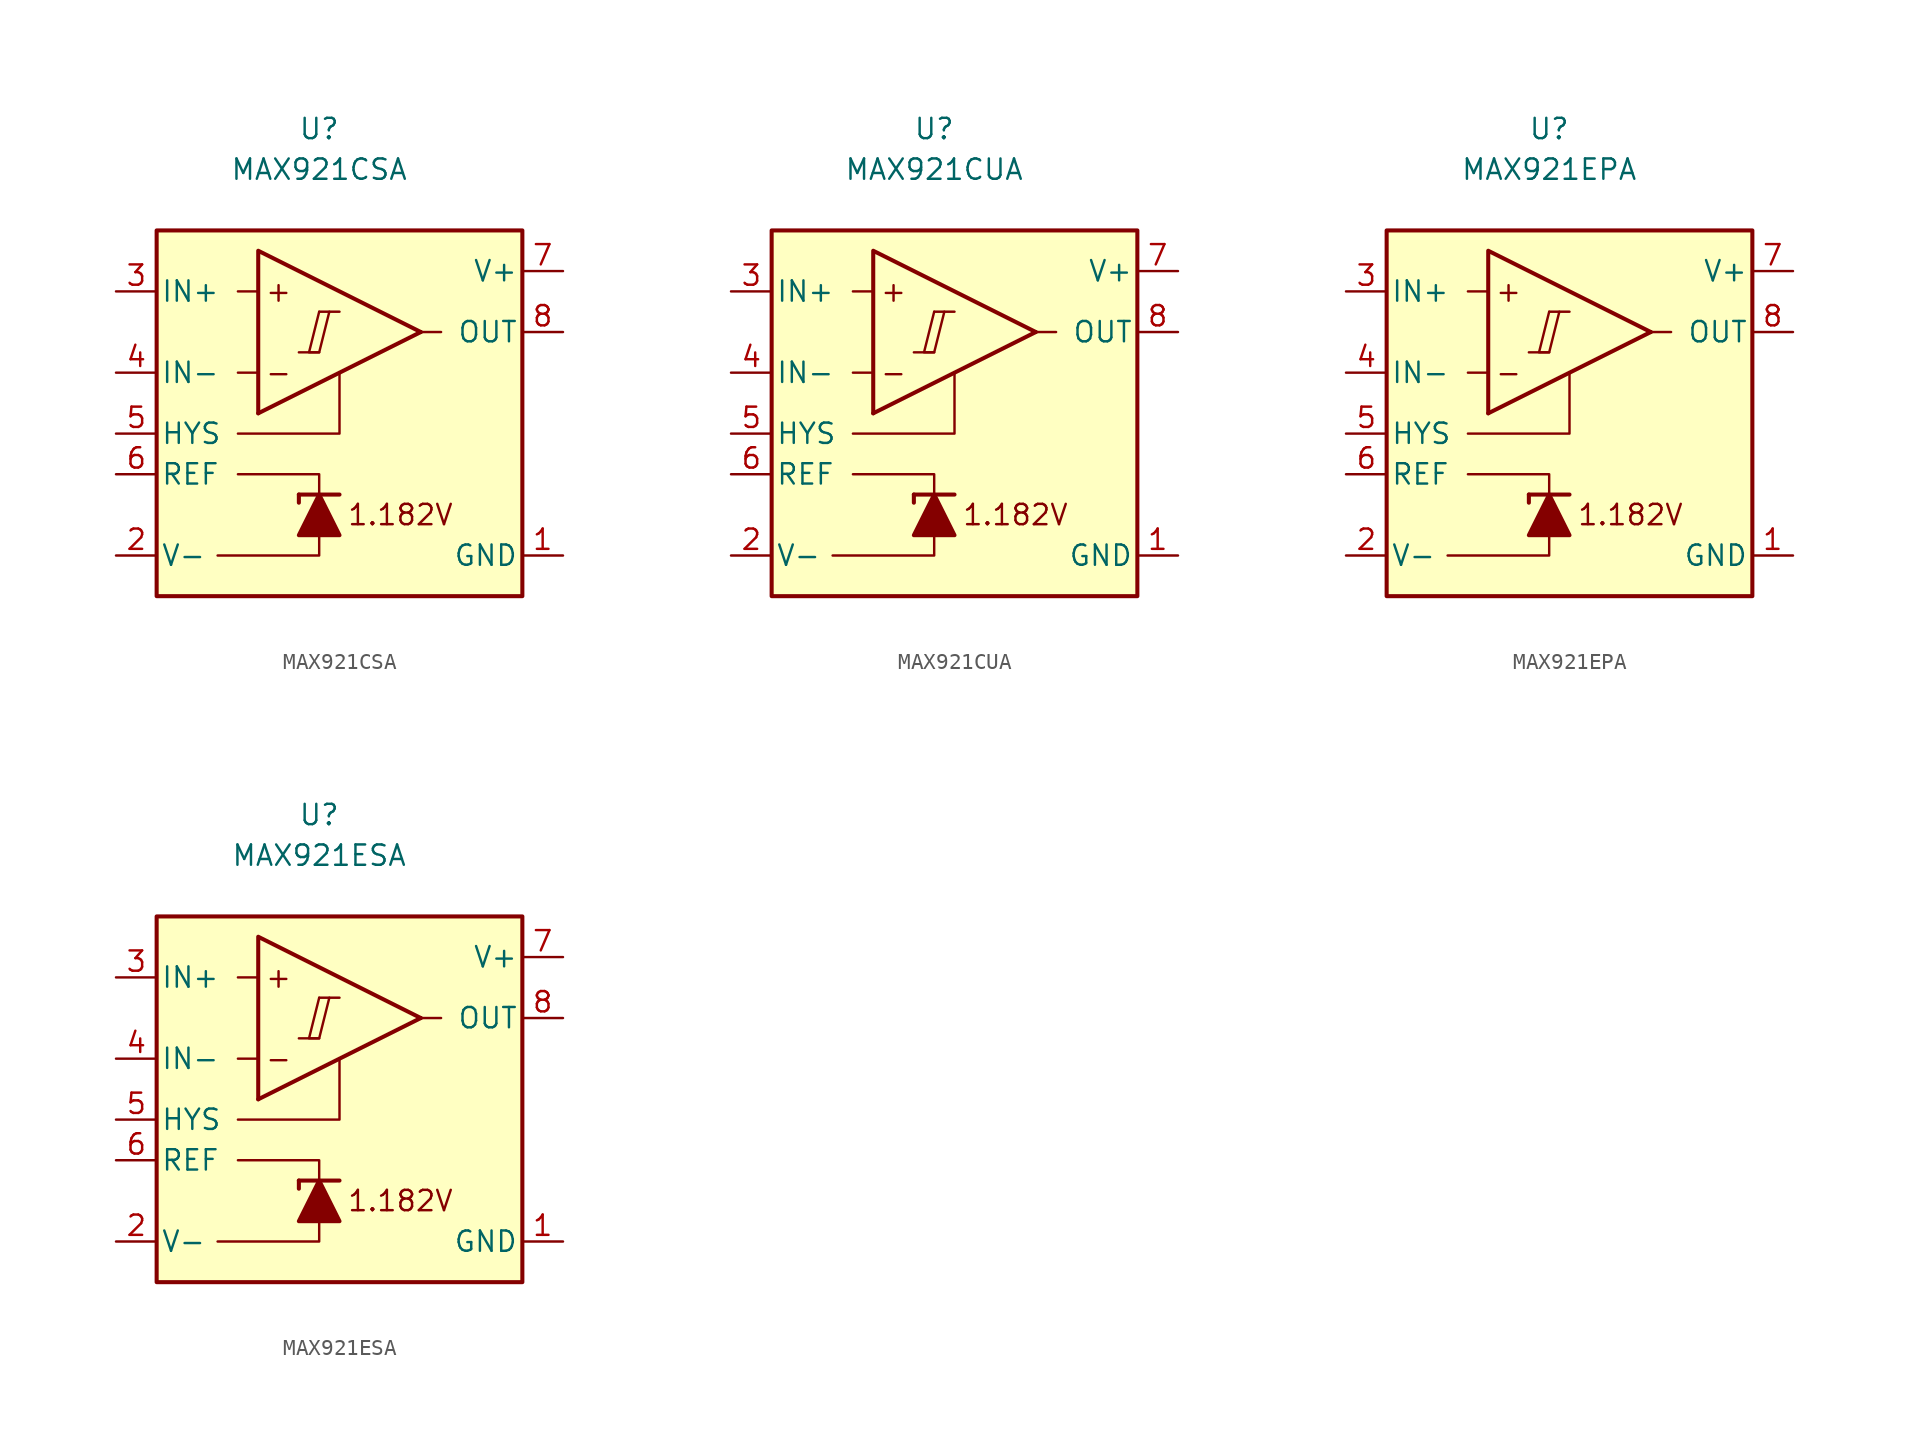
<source format=kicad_sym>
(kicad_symbol_lib
  (version 20231120)
  (generator "kicad_symbol_editor")
  (generator_version "8.0")
  (symbol "MAX921CSA"
    (pin_names
      (offset 0.254))
    (property "Reference" "U"
      (at 0 16.51 0)
      (effects (font (size 1.27 1.27))))
    (property "Value" "MAX921CSA"
      (at 0 13.97 0)
      (effects (font (size 1.27 1.27))))
    (symbol "MAX921CSA_0_0"
      (polyline (pts (xy -1.27 2.54) (xy 0 2.54)) (stroke (width 0.152) (type default)) (fill (type none)))
      (polyline (pts (xy 0 5.08) (xy 1.27 5.08)) (stroke (width 0.152) (type default)) (fill (type none)))
      (polyline (pts (xy 6.35 3.81) (xy -3.81 -1.27)) (stroke (width 0.254) (type default)) (fill (type none)))
      (polyline (pts (xy 6.35 3.81) (xy -3.81 8.89) (xy -3.81 -1.27)) (stroke (width 0.254) (type default)) (fill (type background)))
      (polyline (pts (xy 0 5.08) (xy -0.635 2.54) (xy 0 2.54) (xy 0.635 5.08)) (stroke (width 0.152) (type default)) (fill (type none)))
      (text "+" (at -2.54 6.35 0) (effects (font (size 1.27 1.27))))
      (text "-" (at -2.54 1.27 0) (effects (font (size 1.27 1.27))))
      (text "1.182V" (at 5.08 -7.62 0) (effects (font (size 1.27 1.27)))))
    (symbol "MAX921CSA_0_1"
      (polyline (pts (xy -3.81 1.27) (xy -5.08 1.27)) (stroke (width 0) (type default)) (fill (type none)))
      (polyline (pts (xy -3.81 6.35) (xy -5.08 6.35)) (stroke (width 0) (type default)) (fill (type none)))
      (polyline (pts (xy -1.27 -6.35) (xy -1.27 -6.858)) (stroke (width 0.254) (type default)) (fill (type none)))
      (polyline (pts (xy -1.27 -6.35) (xy 1.27 -6.35)) (stroke (width 0.254) (type default)) (fill (type none)))
      (polyline (pts (xy 6.35 3.81) (xy 7.62 3.81)) (stroke (width 0) (type default)) (fill (type none)))
      (polyline (pts (xy 0 -8.89) (xy 0 -10.16) (xy -6.35 -10.16)) (stroke (width 0) (type default)) (fill (type none)))
      (polyline (pts (xy 0 -6.35) (xy 0 -5.08) (xy -5.08 -5.08)) (stroke (width 0) (type default)) (fill (type none)))
      (polyline (pts (xy 1.27 1.27) (xy 1.27 -2.54) (xy -5.08 -2.54)) (stroke (width 0) (type default)) (fill (type none)))
      (polyline (pts (xy 1.27 -8.89) (xy -1.27 -8.89) (xy 0 -6.35) (xy 1.27 -8.89)) (stroke (width 0.254) (type default)) (fill (type outline)))
      (rectangle (start 12.7 10.16) (end -10.16 -12.7) (stroke (width 0.254) (type default)) (fill (type background))))
    (symbol "MAX921CSA_1_1"
      (pin power_in line (at 15.24 -10.16 180) (length 2.54) (name "GND" (effects (font (size 1.27 1.27)))) (number "1" (effects (font (size 1.27 1.27)))))
      (pin power_in line (at -12.7 -10.16 0) (length 2.54) (name "V-" (effects (font (size 1.27 1.27)))) (number "2" (effects (font (size 1.27 1.27)))))
      (pin input line (at -12.7 6.35 0) (length 2.54) (name "IN+" (effects (font (size 1.27 1.27)))) (number "3" (effects (font (size 1.27 1.27)))))
      (pin input line (at -12.7 1.27 0) (length 2.54) (name "IN-" (effects (font (size 1.27 1.27)))) (number "4" (effects (font (size 1.27 1.27)))))
      (pin input line (at -12.7 -2.54 0) (length 2.54) (name "HYS" (effects (font (size 1.27 1.27)))) (number "5" (effects (font (size 1.27 1.27)))))
      (pin output line (at -12.7 -5.08 0) (length 2.54) (name "REF" (effects (font (size 1.27 1.27)))) (number "6" (effects (font (size 1.27 1.27)))))
      (pin power_in line (at 15.24 7.62 180) (length 2.54) (name "V+" (effects (font (size 1.27 1.27)))) (number "7" (effects (font (size 1.27 1.27)))))
      (pin output line (at 15.24 3.81 180) (length 2.54) (name "OUT" (effects (font (size 1.27 1.27)))) (number "8" (effects (font (size 1.27 1.27)))))))
  (symbol "MAX921CUA"
    (pin_names
      (offset 0.254))
    (property "Reference" "U"
      (at 0 16.51 0)
      (effects (font (size 1.27 1.27))))
    (property "Value" "MAX921CUA"
      (at 0 13.97 0)
      (effects (font (size 1.27 1.27))))
    (symbol "MAX921CUA_0_0"
      (polyline (pts (xy -1.27 2.54) (xy 0 2.54)) (stroke (width 0.152) (type default)) (fill (type none)))
      (polyline (pts (xy 0 5.08) (xy 1.27 5.08)) (stroke (width 0.152) (type default)) (fill (type none)))
      (polyline (pts (xy 6.35 3.81) (xy -3.81 -1.27)) (stroke (width 0.254) (type default)) (fill (type none)))
      (polyline (pts (xy 6.35 3.81) (xy -3.81 8.89) (xy -3.81 -1.27)) (stroke (width 0.254) (type default)) (fill (type background)))
      (polyline (pts (xy 0 5.08) (xy -0.635 2.54) (xy 0 2.54) (xy 0.635 5.08)) (stroke (width 0.152) (type default)) (fill (type none)))
      (text "+" (at -2.54 6.35 0) (effects (font (size 1.27 1.27))))
      (text "-" (at -2.54 1.27 0) (effects (font (size 1.27 1.27))))
      (text "1.182V" (at 5.08 -7.62 0) (effects (font (size 1.27 1.27)))))
    (symbol "MAX921CUA_0_1"
      (polyline (pts (xy -3.81 1.27) (xy -5.08 1.27)) (stroke (width 0) (type default)) (fill (type none)))
      (polyline (pts (xy -3.81 6.35) (xy -5.08 6.35)) (stroke (width 0) (type default)) (fill (type none)))
      (polyline (pts (xy -1.27 -6.35) (xy -1.27 -6.858)) (stroke (width 0.254) (type default)) (fill (type none)))
      (polyline (pts (xy -1.27 -6.35) (xy 1.27 -6.35)) (stroke (width 0.254) (type default)) (fill (type none)))
      (polyline (pts (xy 6.35 3.81) (xy 7.62 3.81)) (stroke (width 0) (type default)) (fill (type none)))
      (polyline (pts (xy 0 -8.89) (xy 0 -10.16) (xy -6.35 -10.16)) (stroke (width 0) (type default)) (fill (type none)))
      (polyline (pts (xy 0 -6.35) (xy 0 -5.08) (xy -5.08 -5.08)) (stroke (width 0) (type default)) (fill (type none)))
      (polyline (pts (xy 1.27 1.27) (xy 1.27 -2.54) (xy -5.08 -2.54)) (stroke (width 0) (type default)) (fill (type none)))
      (polyline (pts (xy 1.27 -8.89) (xy -1.27 -8.89) (xy 0 -6.35) (xy 1.27 -8.89)) (stroke (width 0.254) (type default)) (fill (type outline)))
      (rectangle (start 12.7 10.16) (end -10.16 -12.7) (stroke (width 0.254) (type default)) (fill (type background))))
    (symbol "MAX921CUA_1_1"
      (pin power_in line (at 15.24 -10.16 180) (length 2.54) (name "GND" (effects (font (size 1.27 1.27)))) (number "1" (effects (font (size 1.27 1.27)))))
      (pin power_in line (at -12.7 -10.16 0) (length 2.54) (name "V-" (effects (font (size 1.27 1.27)))) (number "2" (effects (font (size 1.27 1.27)))))
      (pin input line (at -12.7 6.35 0) (length 2.54) (name "IN+" (effects (font (size 1.27 1.27)))) (number "3" (effects (font (size 1.27 1.27)))))
      (pin input line (at -12.7 1.27 0) (length 2.54) (name "IN-" (effects (font (size 1.27 1.27)))) (number "4" (effects (font (size 1.27 1.27)))))
      (pin input line (at -12.7 -2.54 0) (length 2.54) (name "HYS" (effects (font (size 1.27 1.27)))) (number "5" (effects (font (size 1.27 1.27)))))
      (pin output line (at -12.7 -5.08 0) (length 2.54) (name "REF" (effects (font (size 1.27 1.27)))) (number "6" (effects (font (size 1.27 1.27)))))
      (pin power_in line (at 15.24 7.62 180) (length 2.54) (name "V+" (effects (font (size 1.27 1.27)))) (number "7" (effects (font (size 1.27 1.27)))))
      (pin output line (at 15.24 3.81 180) (length 2.54) (name "OUT" (effects (font (size 1.27 1.27)))) (number "8" (effects (font (size 1.27 1.27)))))))
  (symbol "MAX921EPA"
    (pin_names
      (offset 0.254))
    (property "Reference" "U"
      (at 0 16.51 0)
      (effects (font (size 1.27 1.27))))
    (property "Value" "MAX921EPA"
      (at 0 13.97 0)
      (effects (font (size 1.27 1.27))))
    (symbol "MAX921EPA_0_0"
      (polyline (pts (xy -1.27 2.54) (xy 0 2.54)) (stroke (width 0.152) (type default)) (fill (type none)))
      (polyline (pts (xy 0 5.08) (xy 1.27 5.08)) (stroke (width 0.152) (type default)) (fill (type none)))
      (polyline (pts (xy 6.35 3.81) (xy -3.81 -1.27)) (stroke (width 0.254) (type default)) (fill (type none)))
      (polyline (pts (xy 6.35 3.81) (xy -3.81 8.89) (xy -3.81 -1.27)) (stroke (width 0.254) (type default)) (fill (type background)))
      (polyline (pts (xy 0 5.08) (xy -0.635 2.54) (xy 0 2.54) (xy 0.635 5.08)) (stroke (width 0.152) (type default)) (fill (type none)))
      (text "+" (at -2.54 6.35 0) (effects (font (size 1.27 1.27))))
      (text "-" (at -2.54 1.27 0) (effects (font (size 1.27 1.27))))
      (text "1.182V" (at 5.08 -7.62 0) (effects (font (size 1.27 1.27)))))
    (symbol "MAX921EPA_0_1"
      (polyline (pts (xy -3.81 1.27) (xy -5.08 1.27)) (stroke (width 0) (type default)) (fill (type none)))
      (polyline (pts (xy -3.81 6.35) (xy -5.08 6.35)) (stroke (width 0) (type default)) (fill (type none)))
      (polyline (pts (xy -1.27 -6.35) (xy -1.27 -6.858)) (stroke (width 0.254) (type default)) (fill (type none)))
      (polyline (pts (xy -1.27 -6.35) (xy 1.27 -6.35)) (stroke (width 0.254) (type default)) (fill (type none)))
      (polyline (pts (xy 6.35 3.81) (xy 7.62 3.81)) (stroke (width 0) (type default)) (fill (type none)))
      (polyline (pts (xy 0 -8.89) (xy 0 -10.16) (xy -6.35 -10.16)) (stroke (width 0) (type default)) (fill (type none)))
      (polyline (pts (xy 0 -6.35) (xy 0 -5.08) (xy -5.08 -5.08)) (stroke (width 0) (type default)) (fill (type none)))
      (polyline (pts (xy 1.27 1.27) (xy 1.27 -2.54) (xy -5.08 -2.54)) (stroke (width 0) (type default)) (fill (type none)))
      (polyline (pts (xy 1.27 -8.89) (xy -1.27 -8.89) (xy 0 -6.35) (xy 1.27 -8.89)) (stroke (width 0.254) (type default)) (fill (type outline)))
      (rectangle (start 12.7 10.16) (end -10.16 -12.7) (stroke (width 0.254) (type default)) (fill (type background))))
    (symbol "MAX921EPA_1_1"
      (pin power_in line (at 15.24 -10.16 180) (length 2.54) (name "GND" (effects (font (size 1.27 1.27)))) (number "1" (effects (font (size 1.27 1.27)))))
      (pin power_in line (at -12.7 -10.16 0) (length 2.54) (name "V-" (effects (font (size 1.27 1.27)))) (number "2" (effects (font (size 1.27 1.27)))))
      (pin input line (at -12.7 6.35 0) (length 2.54) (name "IN+" (effects (font (size 1.27 1.27)))) (number "3" (effects (font (size 1.27 1.27)))))
      (pin input line (at -12.7 1.27 0) (length 2.54) (name "IN-" (effects (font (size 1.27 1.27)))) (number "4" (effects (font (size 1.27 1.27)))))
      (pin input line (at -12.7 -2.54 0) (length 2.54) (name "HYS" (effects (font (size 1.27 1.27)))) (number "5" (effects (font (size 1.27 1.27)))))
      (pin output line (at -12.7 -5.08 0) (length 2.54) (name "REF" (effects (font (size 1.27 1.27)))) (number "6" (effects (font (size 1.27 1.27)))))
      (pin power_in line (at 15.24 7.62 180) (length 2.54) (name "V+" (effects (font (size 1.27 1.27)))) (number "7" (effects (font (size 1.27 1.27)))))
      (pin output line (at 15.24 3.81 180) (length 2.54) (name "OUT" (effects (font (size 1.27 1.27)))) (number "8" (effects (font (size 1.27 1.27)))))))
  (symbol "MAX921ESA"
    (pin_names
      (offset 0.254))
    (property "Reference" "U"
      (at 0 16.51 0)
      (effects (font (size 1.27 1.27))))
    (property "Value" "MAX921ESA"
      (at 0 13.97 0)
      (effects (font (size 1.27 1.27))))
    (symbol "MAX921ESA_0_0"
      (polyline (pts (xy -1.27 2.54) (xy 0 2.54)) (stroke (width 0.152) (type default)) (fill (type none)))
      (polyline (pts (xy 0 5.08) (xy 1.27 5.08)) (stroke (width 0.152) (type default)) (fill (type none)))
      (polyline (pts (xy 6.35 3.81) (xy -3.81 -1.27)) (stroke (width 0.254) (type default)) (fill (type none)))
      (polyline (pts (xy 6.35 3.81) (xy -3.81 8.89) (xy -3.81 -1.27)) (stroke (width 0.254) (type default)) (fill (type background)))
      (polyline (pts (xy 0 5.08) (xy -0.635 2.54) (xy 0 2.54) (xy 0.635 5.08)) (stroke (width 0.152) (type default)) (fill (type none)))
      (text "+" (at -2.54 6.35 0) (effects (font (size 1.27 1.27))))
      (text "-" (at -2.54 1.27 0) (effects (font (size 1.27 1.27))))
      (text "1.182V" (at 5.08 -7.62 0) (effects (font (size 1.27 1.27)))))
    (symbol "MAX921ESA_0_1"
      (polyline (pts (xy -3.81 1.27) (xy -5.08 1.27)) (stroke (width 0) (type default)) (fill (type none)))
      (polyline (pts (xy -3.81 6.35) (xy -5.08 6.35)) (stroke (width 0) (type default)) (fill (type none)))
      (polyline (pts (xy -1.27 -6.35) (xy -1.27 -6.858)) (stroke (width 0.254) (type default)) (fill (type none)))
      (polyline (pts (xy -1.27 -6.35) (xy 1.27 -6.35)) (stroke (width 0.254) (type default)) (fill (type none)))
      (polyline (pts (xy 6.35 3.81) (xy 7.62 3.81)) (stroke (width 0) (type default)) (fill (type none)))
      (polyline (pts (xy 0 -8.89) (xy 0 -10.16) (xy -6.35 -10.16)) (stroke (width 0) (type default)) (fill (type none)))
      (polyline (pts (xy 0 -6.35) (xy 0 -5.08) (xy -5.08 -5.08)) (stroke (width 0) (type default)) (fill (type none)))
      (polyline (pts (xy 1.27 1.27) (xy 1.27 -2.54) (xy -5.08 -2.54)) (stroke (width 0) (type default)) (fill (type none)))
      (polyline (pts (xy 1.27 -8.89) (xy -1.27 -8.89) (xy 0 -6.35) (xy 1.27 -8.89)) (stroke (width 0.254) (type default)) (fill (type outline)))
      (rectangle (start 12.7 10.16) (end -10.16 -12.7) (stroke (width 0.254) (type default)) (fill (type background))))
    (symbol "MAX921ESA_1_1"
      (pin power_in line (at 15.24 -10.16 180) (length 2.54) (name "GND" (effects (font (size 1.27 1.27)))) (number "1" (effects (font (size 1.27 1.27)))))
      (pin power_in line (at -12.7 -10.16 0) (length 2.54) (name "V-" (effects (font (size 1.27 1.27)))) (number "2" (effects (font (size 1.27 1.27)))))
      (pin input line (at -12.7 6.35 0) (length 2.54) (name "IN+" (effects (font (size 1.27 1.27)))) (number "3" (effects (font (size 1.27 1.27)))))
      (pin input line (at -12.7 1.27 0) (length 2.54) (name "IN-" (effects (font (size 1.27 1.27)))) (number "4" (effects (font (size 1.27 1.27)))))
      (pin input line (at -12.7 -2.54 0) (length 2.54) (name "HYS" (effects (font (size 1.27 1.27)))) (number "5" (effects (font (size 1.27 1.27)))))
      (pin output line (at -12.7 -5.08 0) (length 2.54) (name "REF" (effects (font (size 1.27 1.27)))) (number "6" (effects (font (size 1.27 1.27)))))
      (pin power_in line (at 15.24 7.62 180) (length 2.54) (name "V+" (effects (font (size 1.27 1.27)))) (number "7" (effects (font (size 1.27 1.27)))))
      (pin output line (at 15.24 3.81 180) (length 2.54) (name "OUT" (effects (font (size 1.27 1.27)))) (number "8" (effects (font (size 1.27 1.27))))))))
</source>
